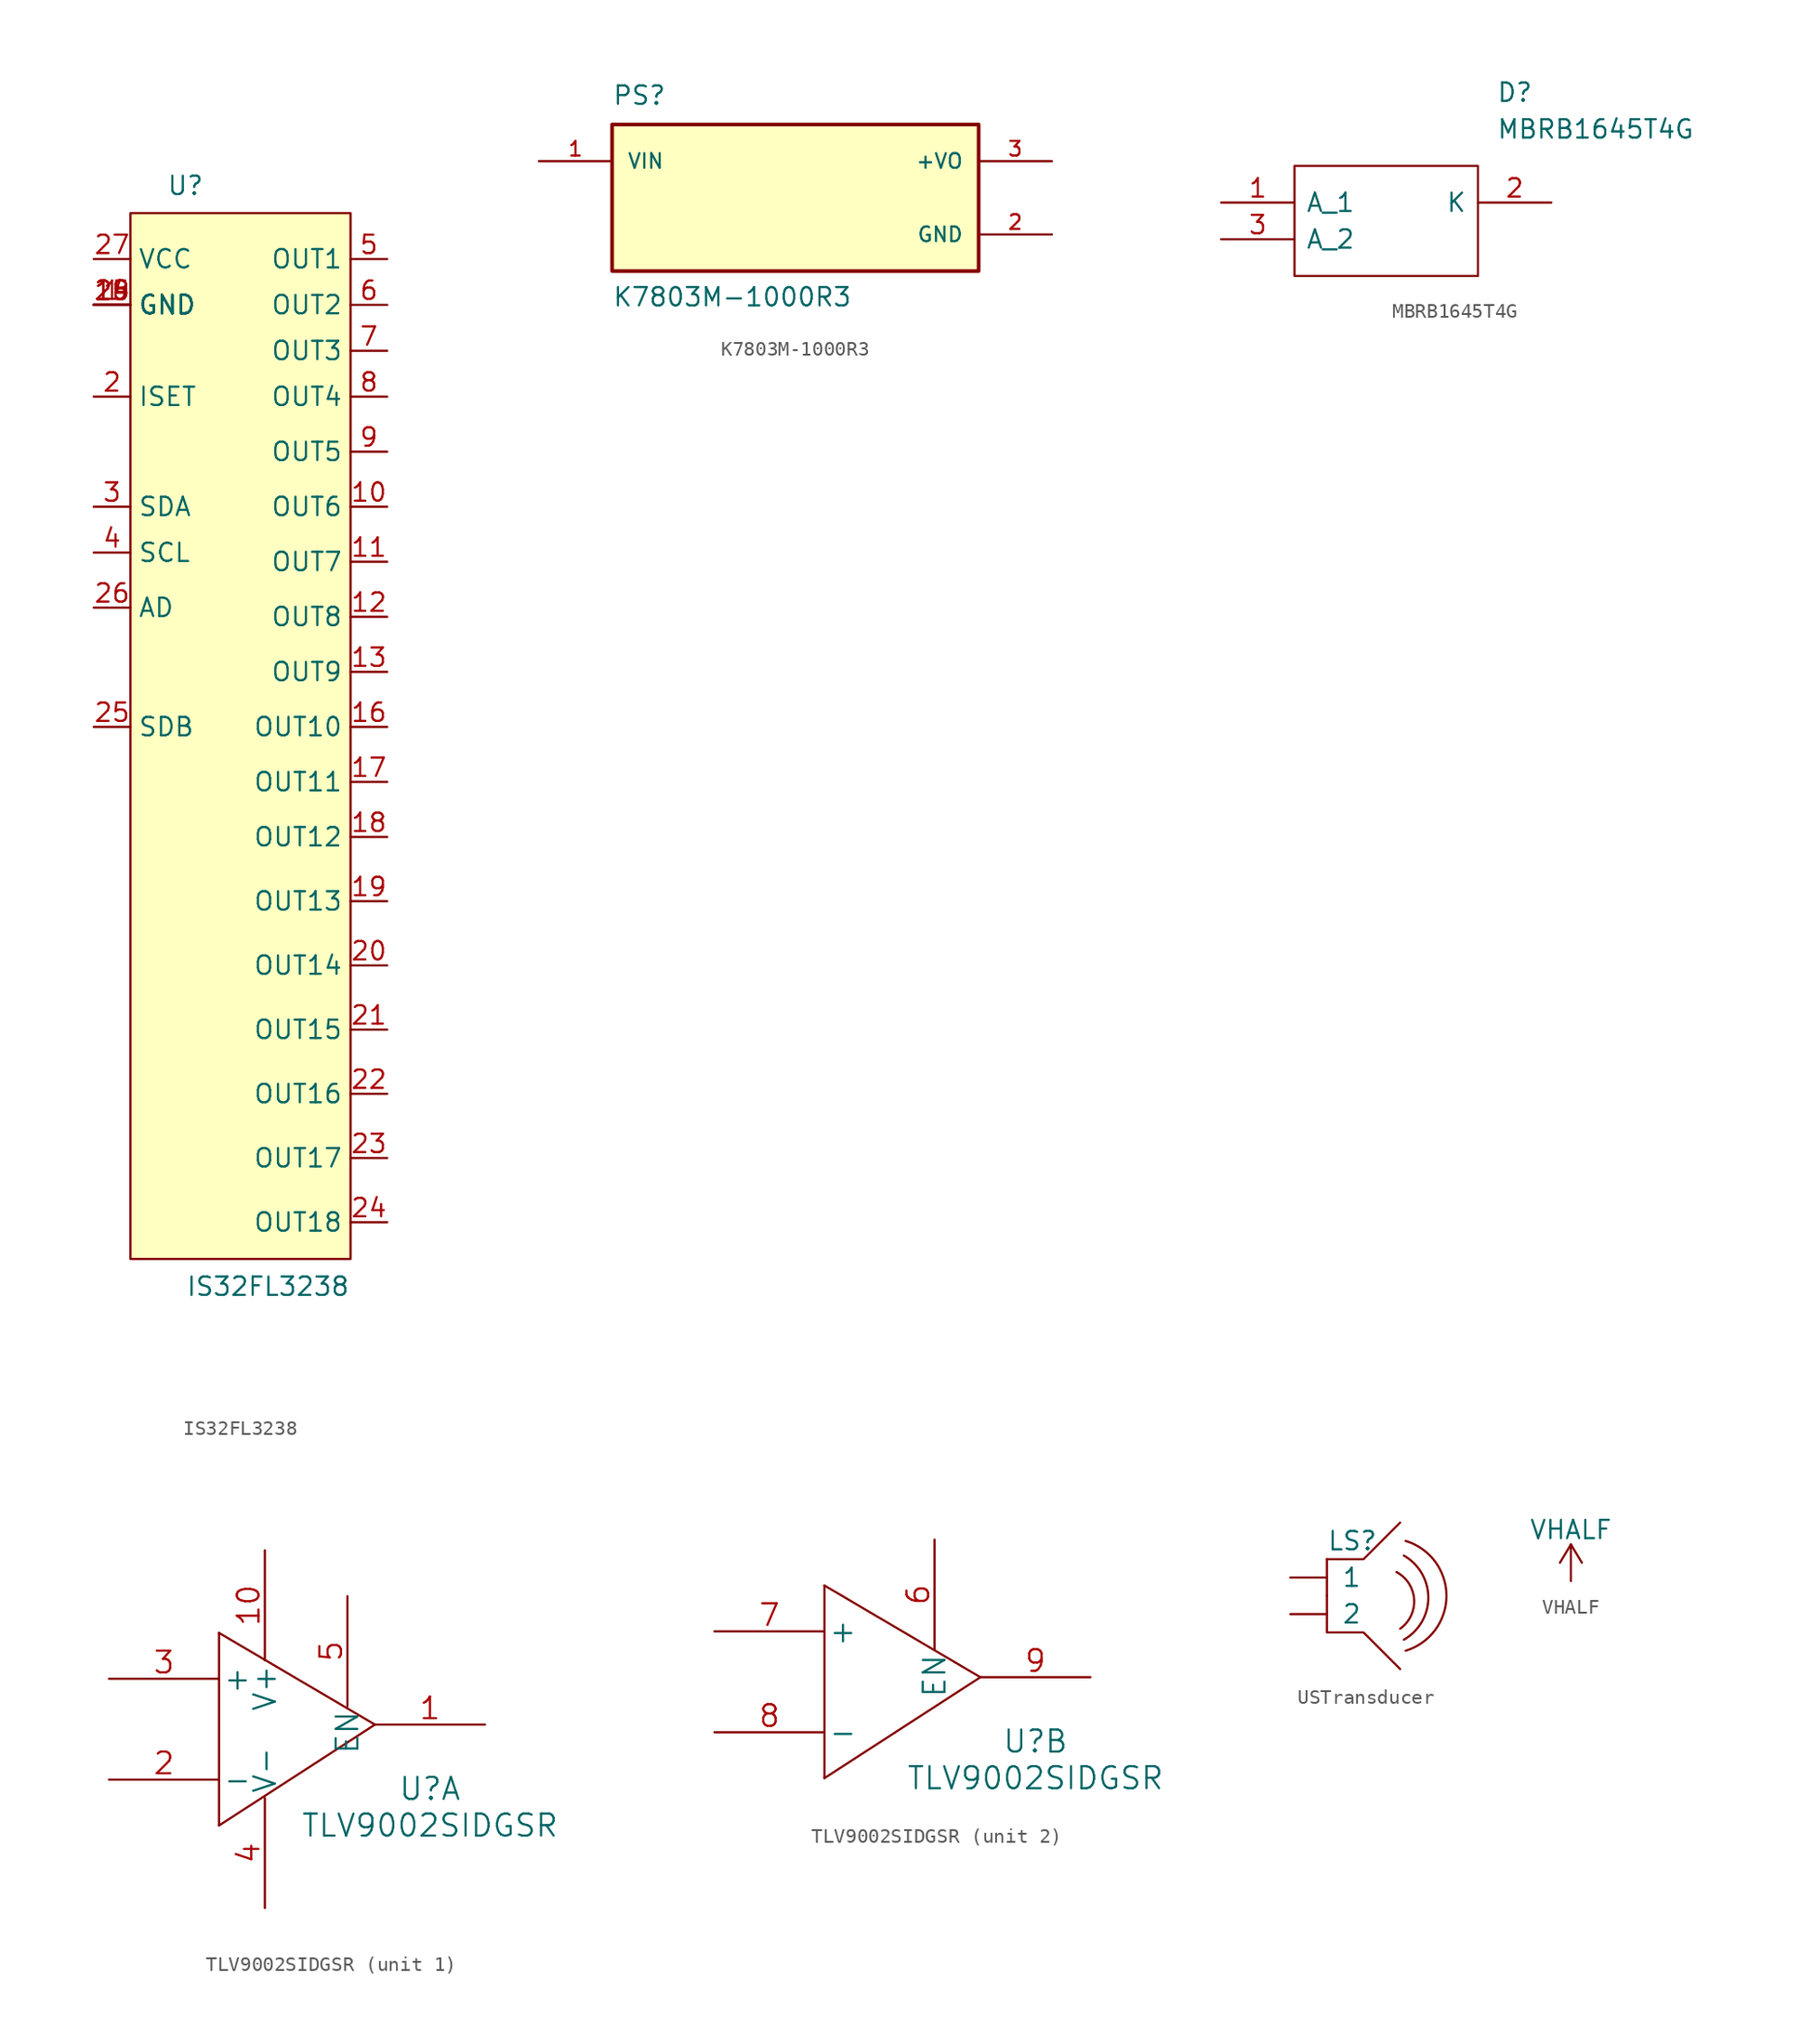
<source format=kicad_sym>
(kicad_symbol_lib
  (version 20220914)
  (generator kicad_symbol_editor)
  (symbol "IS32FL3238"
    (property "Reference" "U"
      (at -3.175 12.7 0)
      (effects (font (size 1.27 1.27))))
    (property "Value" "IS32FL3238"
      (at 2.54 -63.5 0)
      (effects (font (size 1.27 1.27))))
    (symbol "IS32FL3238_0_1"
      (rectangle (start -6.985 10.795) (end 8.255 -61.595) (stroke (width 0) (type default)) (fill (type background))))
    (symbol "IS32FL3238_1_1"
      (pin power_in line (at -9.525 4.445 0) (length 2.54) (name "GND" (effects (font (size 1.27 1.27)))) (number "1" (effects (font (size 1.27 1.27)))))
      (pin output line (at 10.795 -9.525 180) (length 2.54) (name "OUT6" (effects (font (size 1.27 1.27)))) (number "10" (effects (font (size 1.27 1.27)))))
      (pin output line (at 10.795 -13.335 180) (length 2.54) (name "OUT7" (effects (font (size 1.27 1.27)))) (number "11" (effects (font (size 1.27 1.27)))))
      (pin output line (at 10.795 -17.145 180) (length 2.54) (name "OUT8" (effects (font (size 1.27 1.27)))) (number "12" (effects (font (size 1.27 1.27)))))
      (pin output line (at 10.795 -20.955 180) (length 2.54) (name "OUT9" (effects (font (size 1.27 1.27)))) (number "13" (effects (font (size 1.27 1.27)))))
      (pin power_in line (at -9.525 4.445 0) (length 2.54) (name "GND" (effects (font (size 1.27 1.27)))) (number "14" (effects (font (size 1.27 1.27)))))
      (pin power_in line (at -9.525 4.445 0) (length 2.54) (name "GND" (effects (font (size 1.27 1.27)))) (number "15" (effects (font (size 1.27 1.27)))))
      (pin output line (at 10.795 -24.765 180) (length 2.54) (name "OUT10" (effects (font (size 1.27 1.27)))) (number "16" (effects (font (size 1.27 1.27)))))
      (pin output line (at 10.795 -28.575 180) (length 2.54) (name "OUT11" (effects (font (size 1.27 1.27)))) (number "17" (effects (font (size 1.27 1.27)))))
      (pin output line (at 10.795 -32.385 180) (length 2.54) (name "OUT12" (effects (font (size 1.27 1.27)))) (number "18" (effects (font (size 1.27 1.27)))))
      (pin output line (at 10.795 -36.83 180) (length 2.54) (name "OUT13" (effects (font (size 1.27 1.27)))) (number "19" (effects (font (size 1.27 1.27)))))
      (pin input line (at -9.525 -1.905 0) (length 2.54) (name "ISET" (effects (font (size 1.27 1.27)))) (number "2" (effects (font (size 1.27 1.27)))))
      (pin output line (at 10.795 -41.275 180) (length 2.54) (name "OUT14" (effects (font (size 1.27 1.27)))) (number "20" (effects (font (size 1.27 1.27)))))
      (pin output line (at 10.795 -45.72 180) (length 2.54) (name "OUT15" (effects (font (size 1.27 1.27)))) (number "21" (effects (font (size 1.27 1.27)))))
      (pin output line (at 10.795 -50.165 180) (length 2.54) (name "OUT16" (effects (font (size 1.27 1.27)))) (number "22" (effects (font (size 1.27 1.27)))))
      (pin output line (at 10.795 -54.61 180) (length 2.54) (name "OUT17" (effects (font (size 1.27 1.27)))) (number "23" (effects (font (size 1.27 1.27)))))
      (pin output line (at 10.795 -59.055 180) (length 2.54) (name "OUT18" (effects (font (size 1.27 1.27)))) (number "24" (effects (font (size 1.27 1.27)))))
      (pin input line (at -9.525 -24.765 0) (length 2.54) (name "SDB" (effects (font (size 1.27 1.27)))) (number "25" (effects (font (size 1.27 1.27)))))
      (pin input line (at -9.525 -16.51 0) (length 2.54) (name "AD" (effects (font (size 1.27 1.27)))) (number "26" (effects (font (size 1.27 1.27)))))
      (pin power_in line (at -9.525 7.62 0) (length 2.54) (name "VCC" (effects (font (size 1.27 1.27)))) (number "27" (effects (font (size 1.27 1.27)))))
      (pin power_in line (at -9.525 4.445 0) (length 2.54) (name "GND" (effects (font (size 1.27 1.27)))) (number "28" (effects (font (size 1.27 1.27)))))
      (pin power_in line (at -9.525 4.445 0) (length 2.54) (name "GND" (effects (font (size 1.27 1.27)))) (number "29" (effects (font (size 1.27 1.27)))))
      (pin bidirectional line (at -9.525 -9.525 0) (length 2.54) (name "SDA" (effects (font (size 1.27 1.27)))) (number "3" (effects (font (size 1.27 1.27)))))
      (pin input line (at -9.525 -12.7 0) (length 2.54) (name "SCL" (effects (font (size 1.27 1.27)))) (number "4" (effects (font (size 1.27 1.27)))))
      (pin output line (at 10.795 7.62 180) (length 2.54) (name "OUT1" (effects (font (size 1.27 1.27)))) (number "5" (effects (font (size 1.27 1.27)))))
      (pin output line (at 10.795 4.445 180) (length 2.54) (name "OUT2" (effects (font (size 1.27 1.27)))) (number "6" (effects (font (size 1.27 1.27)))))
      (pin output line (at 10.795 1.27 180) (length 2.54) (name "OUT3" (effects (font (size 1.27 1.27)))) (number "7" (effects (font (size 1.27 1.27)))))
      (pin output line (at 10.795 -1.905 180) (length 2.54) (name "OUT4" (effects (font (size 1.27 1.27)))) (number "8" (effects (font (size 1.27 1.27)))))
      (pin output line (at 10.795 -5.715 180) (length 2.54) (name "OUT5" (effects (font (size 1.27 1.27)))) (number "9" (effects (font (size 1.27 1.27)))))))
  (symbol "K7803M-1000R3"
    (pin_names
      (offset 1.016))
    (property "Reference" "PS"
      (at -12.7 6.35 0)
      (effects (font (size 1.27 1.27)) (justify left bottom)))
    (property "Value" "K7803M-1000R3"
      (at -12.7 -7.62 0)
      (effects (font (size 1.27 1.27)) (justify left bottom)))
    (symbol "K7803M-1000R3_0_0"
      (rectangle (start -12.7 -5.08) (end 12.7 5.08) (stroke (width 0.254) (type default)) (fill (type background)))
      (pin input line (at -17.78 2.54 0) (length 5.08) (name "VIN" (effects (font (size 1.016 1.016)))) (number "1" (effects (font (size 1.016 1.016)))))
      (pin power_in line (at 17.78 -2.54 180) (length 5.08) (name "GND" (effects (font (size 1.016 1.016)))) (number "2" (effects (font (size 1.016 1.016)))))
      (pin output line (at 17.78 2.54 180) (length 5.08) (name "+VO" (effects (font (size 1.016 1.016)))) (number "3" (effects (font (size 1.016 1.016)))))))
  (symbol "MBRB1645T4G"
    (pin_names
      (offset 0.762))
    (property "Reference" "D"
      (at 19.05 7.62 0)
      (effects (font (size 1.27 1.27)) (justify left)))
    (property "Value" "MBRB1645T4G"
      (at 19.05 5.08 0)
      (effects (font (size 1.27 1.27)) (justify left)))
    (symbol "MBRB1645T4G_0_0"
      (pin passive line (at 0 0 0) (length 5.08) (name "A_1" (effects (font (size 1.27 1.27)))) (number "1" (effects (font (size 1.27 1.27)))))
      (pin passive line (at 22.86 0 180) (length 5.08) (name "K" (effects (font (size 1.27 1.27)))) (number "2" (effects (font (size 1.27 1.27)))))
      (pin passive line (at 0 -2.54 0) (length 5.08) (name "A_2" (effects (font (size 1.27 1.27)))) (number "3" (effects (font (size 1.27 1.27))))))
    (symbol "MBRB1645T4G_0_1"
      (polyline (pts (xy 5.08 2.54) (xy 17.78 2.54) (xy 17.78 -5.08) (xy 5.08 -5.08) (xy 5.08 2.54)) (stroke (width 0.152) (type default)) (fill (type none)))))
  (symbol "TLV9002SIDGSR"
    (pin_names
      (offset 0.254))
    (property "Reference" "U"
      (at 14.605 -10.795 0)
      (effects (font (size 1.524 1.524))))
    (property "Value" "TLV9002SIDGSR"
      (at 14.605 -13.335 0)
      (effects (font (size 1.524 1.524))))
    (property "Datasheet" ""
      (at 0 0 0)
      (effects (font (size 1.524 1.524))))
    (symbol "TLV9002SIDGSR_0_1"
      (polyline (pts (xy 0 -13.335) (xy 0 0)) (stroke (width 0) (type default)) (fill (type none)))
      (polyline (pts (xy 0 0) (xy 10.795 -6.35)) (stroke (width 0) (type default)) (fill (type none)))
      (polyline (pts (xy 10.795 -6.35) (xy 0 -13.335)) (stroke (width 0) (type default)) (fill (type none))))
    (symbol "TLV9002SIDGSR_1_1"
      (pin output line (at 18.415 -6.35 180) (length 7.62) (name "~" (effects (font (size 1.499 1.499)))) (number "1" (effects (font (size 1.499 1.499)))))
      (pin power_in line (at 3.175 5.715 270) (length 7.62) (name "V+" (effects (font (size 1.499 1.499)))) (number "10" (effects (font (size 1.499 1.499)))))
      (pin input line (at -7.62 -10.16 0) (length 7.62) (name "-" (effects (font (size 1.499 1.499)))) (number "2" (effects (font (size 1.499 1.499)))))
      (pin input line (at -7.62 -3.175 0) (length 7.62) (name "+" (effects (font (size 1.499 1.499)))) (number "3" (effects (font (size 1.499 1.499)))))
      (pin power_in line (at 3.175 -19.05 90) (length 7.62) (name "V-" (effects (font (size 1.499 1.499)))) (number "4" (effects (font (size 1.499 1.499)))))
      (pin input line (at 8.89 2.54 270) (length 7.62) (name "EN" (effects (font (size 1.499 1.499)))) (number "5" (effects (font (size 1.499 1.499))))))
    (symbol "TLV9002SIDGSR_2_1"
      (pin input line (at 7.62 3.175 270) (length 7.62) (name "EN" (effects (font (size 1.499 1.499)))) (number "6" (effects (font (size 1.499 1.499)))))
      (pin input line (at -7.62 -3.175 0) (length 7.62) (name "+" (effects (font (size 1.499 1.499)))) (number "7" (effects (font (size 1.499 1.499)))))
      (pin input line (at -7.62 -10.16 0) (length 7.62) (name "-" (effects (font (size 1.499 1.499)))) (number "8" (effects (font (size 1.499 1.499)))))
      (pin output line (at 18.415 -6.35 180) (length 7.62) (name "~" (effects (font (size 1.499 1.499)))) (number "9" (effects (font (size 1.499 1.499)))))))
  (symbol "USTransducer"
    (pin_numbers hide)
    (pin_names
      (offset 1.016))
    (property "Reference" "LS"
      (at 2.54 3.81 0)
      (effects (font (size 1.27 1.27)) (justify left)))
    (symbol "USTransducer_0_1"
      (polyline (pts (xy 2.54 2.54) (xy 2.54 0) (xy 2.54 0.508)) (stroke (width 0) (type default)) (fill (type none)))
      (polyline (pts (xy 2.54 2.54) (xy 5.08 2.54) (xy 7.62 5.08)) (stroke (width 0) (type default)) (fill (type none)))
      (polyline (pts (xy 2.54 0) (xy 2.54 -2.54) (xy 5.08 -2.54) (xy 7.62 -5.08)) (stroke (width 0) (type default)) (fill (type none)))
      (arc (start 7.62 -2.286) (mid 8.592 -0.2466) (end 7.366 1.651) (stroke (width 0) (type default)) (fill (type none)))
      (arc (start 7.874 -3.048) (mid 9.5783 -0.127) (end 7.874 2.794) (stroke (width 0) (type default)) (fill (type none)))
      (arc (start 8.001 -3.81) (mid 10.8358 0) (end 8.001 3.81) (stroke (width 0) (type default)) (fill (type none))))
    (symbol "USTransducer_1_1"
      (pin bidirectional line (at 0 1.27 0) (length 2.54) (name "1" (effects (font (size 1.27 1.27)))) (number "1" (effects (font (size 1.27 1.27)))))
      (pin bidirectional line (at 0 -1.27 0) (length 2.54) (name "2" (effects (font (size 1.27 1.27)))) (number "2" (effects (font (size 1.27 1.27)))))))
  (symbol "VHALF"
    (power)
    (pin_names
      (offset 0))
    (property "Reference" "#PWR"
      (at 0 -3.81 0)
      (effects (font (size 1.27 1.27)) hide))
    (property "Value" "VHALF"
      (at 0 3.556 0)
      (effects (font (size 1.27 1.27))))
    (symbol "VHALF_0_1"
      (polyline (pts (xy -0.762 1.27) (xy 0 2.54)) (stroke (width 0) (type default)) (fill (type none)))
      (polyline (pts (xy 0 0) (xy 0 2.54)) (stroke (width 0) (type default)) (fill (type none)))
      (polyline (pts (xy 0 2.54) (xy 0.762 1.27)) (stroke (width 0) (type default)) (fill (type none))))
    (symbol "VHALF_1_1"
      (pin power_in line (at 0 0 90) (length 0) hide (name "VHALF" (effects (font (size 1.27 1.27)))) (number "1" (effects (font (size 1.27 1.27))))))))
</source>
